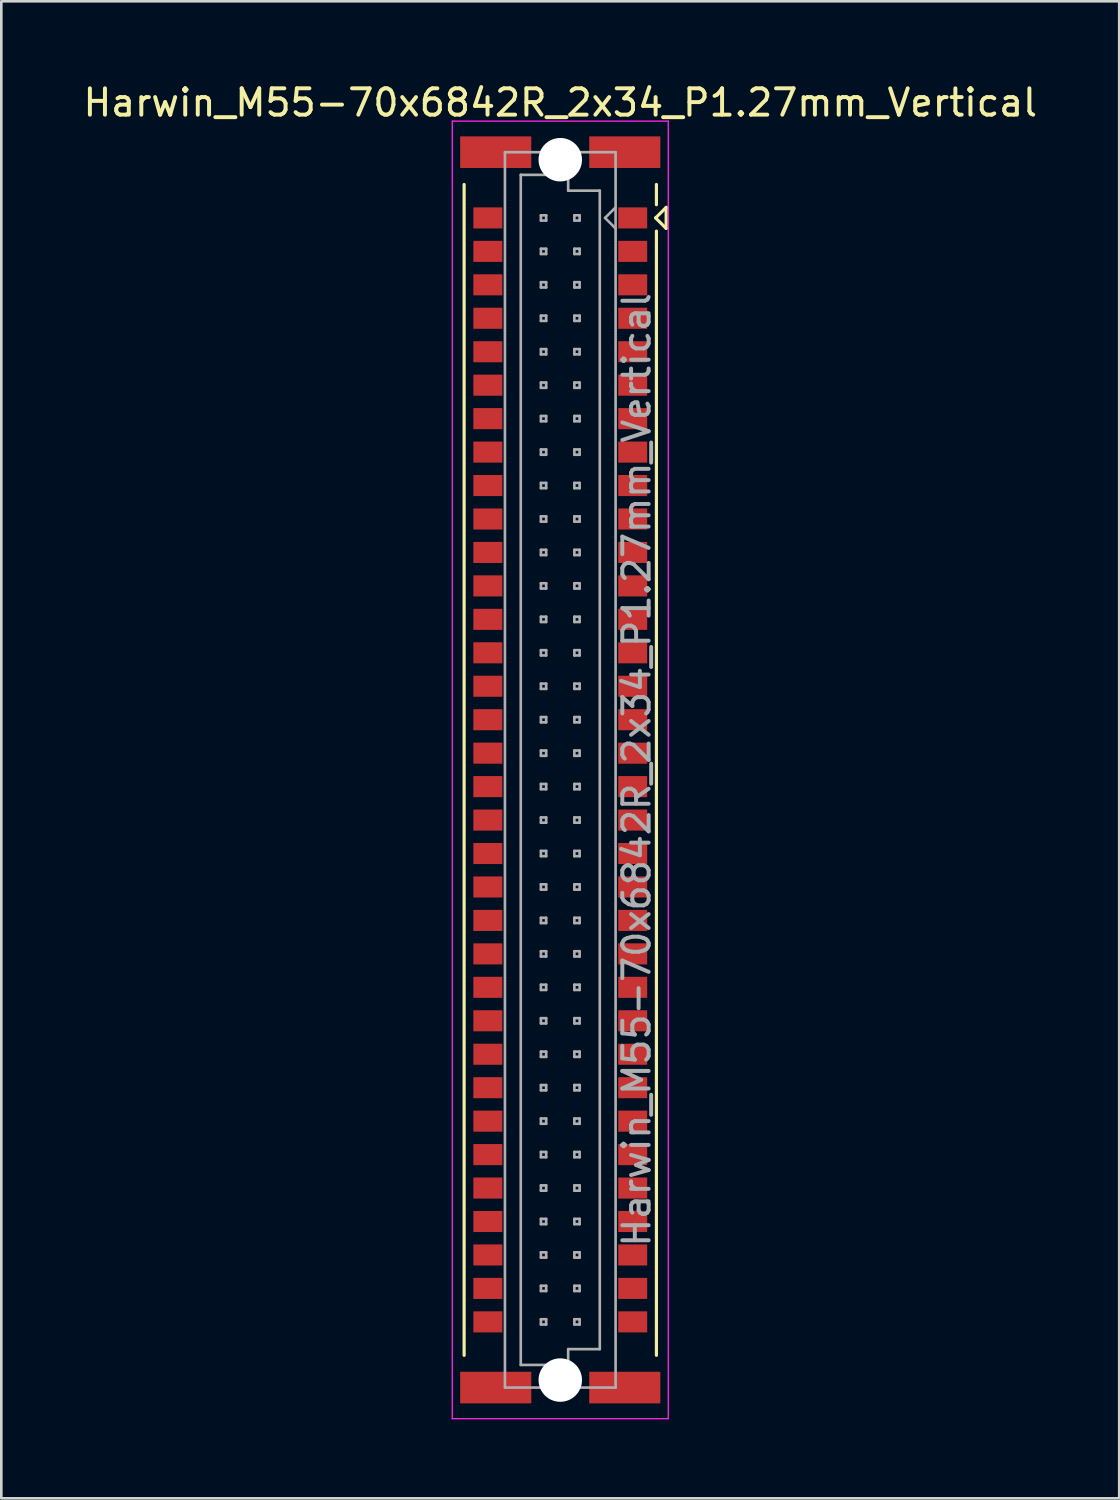
<source format=kicad_pcb>
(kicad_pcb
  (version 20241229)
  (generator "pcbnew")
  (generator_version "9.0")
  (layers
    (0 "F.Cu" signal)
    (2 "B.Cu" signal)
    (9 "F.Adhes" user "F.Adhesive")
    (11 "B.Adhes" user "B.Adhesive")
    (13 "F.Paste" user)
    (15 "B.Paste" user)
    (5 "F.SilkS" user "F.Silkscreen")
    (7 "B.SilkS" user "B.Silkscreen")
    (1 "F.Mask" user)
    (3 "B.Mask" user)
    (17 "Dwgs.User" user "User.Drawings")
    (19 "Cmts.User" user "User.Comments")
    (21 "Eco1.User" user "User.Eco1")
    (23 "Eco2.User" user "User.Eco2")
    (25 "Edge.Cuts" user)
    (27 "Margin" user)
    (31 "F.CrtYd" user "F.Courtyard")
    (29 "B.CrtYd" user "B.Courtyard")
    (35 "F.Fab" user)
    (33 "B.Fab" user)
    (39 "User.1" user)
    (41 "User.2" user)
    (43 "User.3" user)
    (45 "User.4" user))
  (footprint "Harwin_M55-70x6842R_2x34_P1.27mm_Vertical"
    (layer "F.Cu")
    (at 18.22 26.178)
    (property "Reference" "Harwin_M55-70x6842R_2x34_P1.27mm_Vertical" (at 0 -25.33 0) (layer "F.SilkS") (effects (font (size 1 1) (thickness 0.15))))
    (attr smd)
    (fp_line (start -3.65 22.225) (end -3.65 -22.225) (stroke (width 0.12) (type solid)) (layer "F.SilkS"))
    (fp_line (start 3.62 -20.955) (end 4.02 -21.355) (stroke (width 0.12) (type solid)) (layer "F.SilkS"))
    (fp_line (start 3.65 -21.455) (end 3.65 -22.225) (stroke (width 0.12) (type solid)) (layer "F.SilkS"))
    (fp_line (start 3.65 -20.455) (end 3.65 22.225) (stroke (width 0.12) (type solid)) (layer "F.SilkS"))
    (fp_line (start 4.02 -21.355) (end 4.02 -20.555) (stroke (width 0.12) (type solid)) (layer "F.SilkS"))
    (fp_line (start 4.02 -20.555) (end 3.62 -20.955) (stroke (width 0.12) (type solid)) (layer "F.SilkS"))
    (fp_line (start -4.1 -24.63) (end 4.1 -24.63) (stroke (width 0.05) (type solid)) (layer "F.CrtYd"))
    (fp_line (start -4.1 24.63) (end -4.1 -24.63) (stroke (width 0.05) (type solid)) (layer "F.CrtYd"))
    (fp_line (start 4.1 -24.63) (end 4.1 24.63) (stroke (width 0.05) (type solid)) (layer "F.CrtYd"))
    (fp_line (start 4.1 24.63) (end -4.1 24.63) (stroke (width 0.05) (type solid)) (layer "F.CrtYd"))
    (fp_line (start -2.1 -23.45) (end -2.1 23.45) (stroke (width 0.1) (type solid)) (layer "F.Fab"))
    (fp_line (start -2.1 23.45) (end 2.1 23.45) (stroke (width 0.1) (type solid)) (layer "F.Fab"))
    (fp_line (start -1.5 -22.59) (end -1.5 22.59) (stroke (width 0.1) (type solid)) (layer "F.Fab"))
    (fp_line (start -1.5 22.59) (end 0.3 22.59) (stroke (width 0.1) (type solid)) (layer "F.Fab"))
    (fp_line (start -0.735 -21.055) (end -0.735 -20.855) (stroke (width 0.1) (type solid)) (layer "F.Fab"))
    (fp_line (start -0.735 -20.855) (end -0.535 -20.855) (stroke (width 0.1) (type solid)) (layer "F.Fab"))
    (fp_line (start -0.735 -19.785) (end -0.735 -19.585) (stroke (width 0.1) (type solid)) (layer "F.Fab"))
    (fp_line (start -0.735 -19.585) (end -0.535 -19.585) (stroke (width 0.1) (type solid)) (layer "F.Fab"))
    (fp_line (start -0.735 -18.515) (end -0.735 -18.315) (stroke (width 0.1) (type solid)) (layer "F.Fab"))
    (fp_line (start -0.735 -18.315) (end -0.535 -18.315) (stroke (width 0.1) (type solid)) (layer "F.Fab"))
    (fp_line (start -0.735 -17.245) (end -0.735 -17.045) (stroke (width 0.1) (type solid)) (layer "F.Fab"))
    (fp_line (start -0.735 -17.045) (end -0.535 -17.045) (stroke (width 0.1) (type solid)) (layer "F.Fab"))
    (fp_line (start -0.735 -15.975) (end -0.735 -15.775) (stroke (width 0.1) (type solid)) (layer "F.Fab"))
    (fp_line (start -0.735 -15.775) (end -0.535 -15.775) (stroke (width 0.1) (type solid)) (layer "F.Fab"))
    (fp_line (start -0.735 -14.705) (end -0.735 -14.505) (stroke (width 0.1) (type solid)) (layer "F.Fab"))
    (fp_line (start -0.735 -14.505) (end -0.535 -14.505) (stroke (width 0.1) (type solid)) (layer "F.Fab"))
    (fp_line (start -0.735 -13.435) (end -0.735 -13.235) (stroke (width 0.1) (type solid)) (layer "F.Fab"))
    (fp_line (start -0.735 -13.235) (end -0.535 -13.235) (stroke (width 0.1) (type solid)) (layer "F.Fab"))
    (fp_line (start -0.735 -12.165) (end -0.735 -11.965) (stroke (width 0.1) (type solid)) (layer "F.Fab"))
    (fp_line (start -0.735 -11.965) (end -0.535 -11.965) (stroke (width 0.1) (type solid)) (layer "F.Fab"))
    (fp_line (start -0.735 -10.895) (end -0.735 -10.695) (stroke (width 0.1) (type solid)) (layer "F.Fab"))
    (fp_line (start -0.735 -10.695) (end -0.535 -10.695) (stroke (width 0.1) (type solid)) (layer "F.Fab"))
    (fp_line (start -0.735 -9.625) (end -0.735 -9.425) (stroke (width 0.1) (type solid)) (layer "F.Fab"))
    (fp_line (start -0.735 -9.425) (end -0.535 -9.425) (stroke (width 0.1) (type solid)) (layer "F.Fab"))
    (fp_line (start -0.735 -8.355) (end -0.735 -8.155) (stroke (width 0.1) (type solid)) (layer "F.Fab"))
    (fp_line (start -0.735 -8.155) (end -0.535 -8.155) (stroke (width 0.1) (type solid)) (layer "F.Fab"))
    (fp_line (start -0.735 -7.085) (end -0.735 -6.885) (stroke (width 0.1) (type solid)) (layer "F.Fab"))
    (fp_line (start -0.735 -6.885) (end -0.535 -6.885) (stroke (width 0.1) (type solid)) (layer "F.Fab"))
    (fp_line (start -0.735 -5.815) (end -0.735 -5.615) (stroke (width 0.1) (type solid)) (layer "F.Fab"))
    (fp_line (start -0.735 -5.615) (end -0.535 -5.615) (stroke (width 0.1) (type solid)) (layer "F.Fab"))
    (fp_line (start -0.735 -4.545) (end -0.735 -4.345) (stroke (width 0.1) (type solid)) (layer "F.Fab"))
    (fp_line (start -0.735 -4.345) (end -0.535 -4.345) (stroke (width 0.1) (type solid)) (layer "F.Fab"))
    (fp_line (start -0.735 -3.275) (end -0.735 -3.075) (stroke (width 0.1) (type solid)) (layer "F.Fab"))
    (fp_line (start -0.735 -3.075) (end -0.535 -3.075) (stroke (width 0.1) (type solid)) (layer "F.Fab"))
    (fp_line (start -0.735 -2.005) (end -0.735 -1.805) (stroke (width 0.1) (type solid)) (layer "F.Fab"))
    (fp_line (start -0.735 -1.805) (end -0.535 -1.805) (stroke (width 0.1) (type solid)) (layer "F.Fab"))
    (fp_line (start -0.735 -0.735) (end -0.735 -0.535) (stroke (width 0.1) (type solid)) (layer "F.Fab"))
    (fp_line (start -0.735 -0.535) (end -0.535 -0.535) (stroke (width 0.1) (type solid)) (layer "F.Fab"))
    (fp_line (start -0.735 0.535) (end -0.735 0.735) (stroke (width 0.1) (type solid)) (layer "F.Fab"))
    (fp_line (start -0.735 0.735) (end -0.535 0.735) (stroke (width 0.1) (type solid)) (layer "F.Fab"))
    (fp_line (start -0.735 1.805) (end -0.735 2.005) (stroke (width 0.1) (type solid)) (layer "F.Fab"))
    (fp_line (start -0.735 2.005) (end -0.535 2.005) (stroke (width 0.1) (type solid)) (layer "F.Fab"))
    (fp_line (start -0.735 3.075) (end -0.735 3.275) (stroke (width 0.1) (type solid)) (layer "F.Fab"))
    (fp_line (start -0.735 3.275) (end -0.535 3.275) (stroke (width 0.1) (type solid)) (layer "F.Fab"))
    (fp_line (start -0.735 4.345) (end -0.735 4.545) (stroke (width 0.1) (type solid)) (layer "F.Fab"))
    (fp_line (start -0.735 4.545) (end -0.535 4.545) (stroke (width 0.1) (type solid)) (layer "F.Fab"))
    (fp_line (start -0.735 5.615) (end -0.735 5.815) (stroke (width 0.1) (type solid)) (layer "F.Fab"))
    (fp_line (start -0.735 5.815) (end -0.535 5.815) (stroke (width 0.1) (type solid)) (layer "F.Fab"))
    (fp_line (start -0.735 6.885) (end -0.735 7.085) (stroke (width 0.1) (type solid)) (layer "F.Fab"))
    (fp_line (start -0.735 7.085) (end -0.535 7.085) (stroke (width 0.1) (type solid)) (layer "F.Fab"))
    (fp_line (start -0.735 8.155) (end -0.735 8.355) (stroke (width 0.1) (type solid)) (layer "F.Fab"))
    (fp_line (start -0.735 8.355) (end -0.535 8.355) (stroke (width 0.1) (type solid)) (layer "F.Fab"))
    (fp_line (start -0.735 9.425) (end -0.735 9.625) (stroke (width 0.1) (type solid)) (layer "F.Fab"))
    (fp_line (start -0.735 9.625) (end -0.535 9.625) (stroke (width 0.1) (type solid)) (layer "F.Fab"))
    (fp_line (start -0.735 10.695) (end -0.735 10.895) (stroke (width 0.1) (type solid)) (layer "F.Fab"))
    (fp_line (start -0.735 10.895) (end -0.535 10.895) (stroke (width 0.1) (type solid)) (layer "F.Fab"))
    (fp_line (start -0.735 11.965) (end -0.735 12.165) (stroke (width 0.1) (type solid)) (layer "F.Fab"))
    (fp_line (start -0.735 12.165) (end -0.535 12.165) (stroke (width 0.1) (type solid)) (layer "F.Fab"))
    (fp_line (start -0.735 13.235) (end -0.735 13.435) (stroke (width 0.1) (type solid)) (layer "F.Fab"))
    (fp_line (start -0.735 13.435) (end -0.535 13.435) (stroke (width 0.1) (type solid)) (layer "F.Fab"))
    (fp_line (start -0.735 14.505) (end -0.735 14.705) (stroke (width 0.1) (type solid)) (layer "F.Fab"))
    (fp_line (start -0.735 14.705) (end -0.535 14.705) (stroke (width 0.1) (type solid)) (layer "F.Fab"))
    (fp_line (start -0.735 15.775) (end -0.735 15.975) (stroke (width 0.1) (type solid)) (layer "F.Fab"))
    (fp_line (start -0.735 15.975) (end -0.535 15.975) (stroke (width 0.1) (type solid)) (layer "F.Fab"))
    (fp_line (start -0.735 17.045) (end -0.735 17.245) (stroke (width 0.1) (type solid)) (layer "F.Fab"))
    (fp_line (start -0.735 17.245) (end -0.535 17.245) (stroke (width 0.1) (type solid)) (layer "F.Fab"))
    (fp_line (start -0.735 18.315) (end -0.735 18.515) (stroke (width 0.1) (type solid)) (layer "F.Fab"))
    (fp_line (start -0.735 18.515) (end -0.535 18.515) (stroke (width 0.1) (type solid)) (layer "F.Fab"))
    (fp_line (start -0.735 19.585) (end -0.735 19.785) (stroke (width 0.1) (type solid)) (layer "F.Fab"))
    (fp_line (start -0.735 19.785) (end -0.535 19.785) (stroke (width 0.1) (type solid)) (layer "F.Fab"))
    (fp_line (start -0.735 20.855) (end -0.735 21.055) (stroke (width 0.1) (type solid)) (layer "F.Fab"))
    (fp_line (start -0.735 21.055) (end -0.535 21.055) (stroke (width 0.1) (type solid)) (layer "F.Fab"))
    (fp_line (start -0.535 -21.055) (end -0.735 -21.055) (stroke (width 0.1) (type solid)) (layer "F.Fab"))
    (fp_line (start -0.535 -20.855) (end -0.535 -21.055) (stroke (width 0.1) (type solid)) (layer "F.Fab"))
    (fp_line (start -0.535 -19.785) (end -0.735 -19.785) (stroke (width 0.1) (type solid)) (layer "F.Fab"))
    (fp_line (start -0.535 -19.585) (end -0.535 -19.785) (stroke (width 0.1) (type solid)) (layer "F.Fab"))
    (fp_line (start -0.535 -18.515) (end -0.735 -18.515) (stroke (width 0.1) (type solid)) (layer "F.Fab"))
    (fp_line (start -0.535 -18.315) (end -0.535 -18.515) (stroke (width 0.1) (type solid)) (layer "F.Fab"))
    (fp_line (start -0.535 -17.245) (end -0.735 -17.245) (stroke (width 0.1) (type solid)) (layer "F.Fab"))
    (fp_line (start -0.535 -17.045) (end -0.535 -17.245) (stroke (width 0.1) (type solid)) (layer "F.Fab"))
    (fp_line (start -0.535 -15.975) (end -0.735 -15.975) (stroke (width 0.1) (type solid)) (layer "F.Fab"))
    (fp_line (start -0.535 -15.775) (end -0.535 -15.975) (stroke (width 0.1) (type solid)) (layer "F.Fab"))
    (fp_line (start -0.535 -14.705) (end -0.735 -14.705) (stroke (width 0.1) (type solid)) (layer "F.Fab"))
    (fp_line (start -0.535 -14.505) (end -0.535 -14.705) (stroke (width 0.1) (type solid)) (layer "F.Fab"))
    (fp_line (start -0.535 -13.435) (end -0.735 -13.435) (stroke (width 0.1) (type solid)) (layer "F.Fab"))
    (fp_line (start -0.535 -13.235) (end -0.535 -13.435) (stroke (width 0.1) (type solid)) (layer "F.Fab"))
    (fp_line (start -0.535 -12.165) (end -0.735 -12.165) (stroke (width 0.1) (type solid)) (layer "F.Fab"))
    (fp_line (start -0.535 -11.965) (end -0.535 -12.165) (stroke (width 0.1) (type solid)) (layer "F.Fab"))
    (fp_line (start -0.535 -10.895) (end -0.735 -10.895) (stroke (width 0.1) (type solid)) (layer "F.Fab"))
    (fp_line (start -0.535 -10.695) (end -0.535 -10.895) (stroke (width 0.1) (type solid)) (layer "F.Fab"))
    (fp_line (start -0.535 -9.625) (end -0.735 -9.625) (stroke (width 0.1) (type solid)) (layer "F.Fab"))
    (fp_line (start -0.535 -9.425) (end -0.535 -9.625) (stroke (width 0.1) (type solid)) (layer "F.Fab"))
    (fp_line (start -0.535 -8.355) (end -0.735 -8.355) (stroke (width 0.1) (type solid)) (layer "F.Fab"))
    (fp_line (start -0.535 -8.155) (end -0.535 -8.355) (stroke (width 0.1) (type solid)) (layer "F.Fab"))
    (fp_line (start -0.535 -7.085) (end -0.735 -7.085) (stroke (width 0.1) (type solid)) (layer "F.Fab"))
    (fp_line (start -0.535 -6.885) (end -0.535 -7.085) (stroke (width 0.1) (type solid)) (layer "F.Fab"))
    (fp_line (start -0.535 -5.815) (end -0.735 -5.815) (stroke (width 0.1) (type solid)) (layer "F.Fab"))
    (fp_line (start -0.535 -5.615) (end -0.535 -5.815) (stroke (width 0.1) (type solid)) (layer "F.Fab"))
    (fp_line (start -0.535 -4.545) (end -0.735 -4.545) (stroke (width 0.1) (type solid)) (layer "F.Fab"))
    (fp_line (start -0.535 -4.345) (end -0.535 -4.545) (stroke (width 0.1) (type solid)) (layer "F.Fab"))
    (fp_line (start -0.535 -3.275) (end -0.735 -3.275) (stroke (width 0.1) (type solid)) (layer "F.Fab"))
    (fp_line (start -0.535 -3.075) (end -0.535 -3.275) (stroke (width 0.1) (type solid)) (layer "F.Fab"))
    (fp_line (start -0.535 -2.005) (end -0.735 -2.005) (stroke (width 0.1) (type solid)) (layer "F.Fab"))
    (fp_line (start -0.535 -1.805) (end -0.535 -2.005) (stroke (width 0.1) (type solid)) (layer "F.Fab"))
    (fp_line (start -0.535 -0.735) (end -0.735 -0.735) (stroke (width 0.1) (type solid)) (layer "F.Fab"))
    (fp_line (start -0.535 -0.535) (end -0.535 -0.735) (stroke (width 0.1) (type solid)) (layer "F.Fab"))
    (fp_line (start -0.535 0.535) (end -0.735 0.535) (stroke (width 0.1) (type solid)) (layer "F.Fab"))
    (fp_line (start -0.535 0.735) (end -0.535 0.535) (stroke (width 0.1) (type solid)) (layer "F.Fab"))
    (fp_line (start -0.535 1.805) (end -0.735 1.805) (stroke (width 0.1) (type solid)) (layer "F.Fab"))
    (fp_line (start -0.535 2.005) (end -0.535 1.805) (stroke (width 0.1) (type solid)) (layer "F.Fab"))
    (fp_line (start -0.535 3.075) (end -0.735 3.075) (stroke (width 0.1) (type solid)) (layer "F.Fab"))
    (fp_line (start -0.535 3.275) (end -0.535 3.075) (stroke (width 0.1) (type solid)) (layer "F.Fab"))
    (fp_line (start -0.535 4.345) (end -0.735 4.345) (stroke (width 0.1) (type solid)) (layer "F.Fab"))
    (fp_line (start -0.535 4.545) (end -0.535 4.345) (stroke (width 0.1) (type solid)) (layer "F.Fab"))
    (fp_line (start -0.535 5.615) (end -0.735 5.615) (stroke (width 0.1) (type solid)) (layer "F.Fab"))
    (fp_line (start -0.535 5.815) (end -0.535 5.615) (stroke (width 0.1) (type solid)) (layer "F.Fab"))
    (fp_line (start -0.535 6.885) (end -0.735 6.885) (stroke (width 0.1) (type solid)) (layer "F.Fab"))
    (fp_line (start -0.535 7.085) (end -0.535 6.885) (stroke (width 0.1) (type solid)) (layer "F.Fab"))
    (fp_line (start -0.535 8.155) (end -0.735 8.155) (stroke (width 0.1) (type solid)) (layer "F.Fab"))
    (fp_line (start -0.535 8.355) (end -0.535 8.155) (stroke (width 0.1) (type solid)) (layer "F.Fab"))
    (fp_line (start -0.535 9.425) (end -0.735 9.425) (stroke (width 0.1) (type solid)) (layer "F.Fab"))
    (fp_line (start -0.535 9.625) (end -0.535 9.425) (stroke (width 0.1) (type solid)) (layer "F.Fab"))
    (fp_line (start -0.535 10.695) (end -0.735 10.695) (stroke (width 0.1) (type solid)) (layer "F.Fab"))
    (fp_line (start -0.535 10.895) (end -0.535 10.695) (stroke (width 0.1) (type solid)) (layer "F.Fab"))
    (fp_line (start -0.535 11.965) (end -0.735 11.965) (stroke (width 0.1) (type solid)) (layer "F.Fab"))
    (fp_line (start -0.535 12.165) (end -0.535 11.965) (stroke (width 0.1) (type solid)) (layer "F.Fab"))
    (fp_line (start -0.535 13.235) (end -0.735 13.235) (stroke (width 0.1) (type solid)) (layer "F.Fab"))
    (fp_line (start -0.535 13.435) (end -0.535 13.235) (stroke (width 0.1) (type solid)) (layer "F.Fab"))
    (fp_line (start -0.535 14.505) (end -0.735 14.505) (stroke (width 0.1) (type solid)) (layer "F.Fab"))
    (fp_line (start -0.535 14.705) (end -0.535 14.505) (stroke (width 0.1) (type solid)) (layer "F.Fab"))
    (fp_line (start -0.535 15.775) (end -0.735 15.775) (stroke (width 0.1) (type solid)) (layer "F.Fab"))
    (fp_line (start -0.535 15.975) (end -0.535 15.775) (stroke (width 0.1) (type solid)) (layer "F.Fab"))
    (fp_line (start -0.535 17.045) (end -0.735 17.045) (stroke (width 0.1) (type solid)) (layer "F.Fab"))
    (fp_line (start -0.535 17.245) (end -0.535 17.045) (stroke (width 0.1) (type solid)) (layer "F.Fab"))
    (fp_line (start -0.535 18.315) (end -0.735 18.315) (stroke (width 0.1) (type solid)) (layer "F.Fab"))
    (fp_line (start -0.535 18.515) (end -0.535 18.315) (stroke (width 0.1) (type solid)) (layer "F.Fab"))
    (fp_line (start -0.535 19.585) (end -0.735 19.585) (stroke (width 0.1) (type solid)) (layer "F.Fab"))
    (fp_line (start -0.535 19.785) (end -0.535 19.585) (stroke (width 0.1) (type solid)) (layer "F.Fab"))
    (fp_line (start -0.535 20.855) (end -0.735 20.855) (stroke (width 0.1) (type solid)) (layer "F.Fab"))
    (fp_line (start -0.535 21.055) (end -0.535 20.855) (stroke (width 0.1) (type solid)) (layer "F.Fab"))
    (fp_line (start 0.3 -22.59) (end -1.5 -22.59) (stroke (width 0.1) (type solid)) (layer "F.Fab"))
    (fp_line (start 0.3 -21.99) (end 0.3 -22.59) (stroke (width 0.1) (type solid)) (layer "F.Fab"))
    (fp_line (start 0.3 21.99) (end 1.5 21.99) (stroke (width 0.1) (type solid)) (layer "F.Fab"))
    (fp_line (start 0.3 22.59) (end 0.3 21.99) (stroke (width 0.1) (type solid)) (layer "F.Fab"))
    (fp_line (start 0.535 -21.055) (end 0.535 -20.855) (stroke (width 0.1) (type solid)) (layer "F.Fab"))
    (fp_line (start 0.535 -20.855) (end 0.735 -20.855) (stroke (width 0.1) (type solid)) (layer "F.Fab"))
    (fp_line (start 0.535 -19.785) (end 0.535 -19.585) (stroke (width 0.1) (type solid)) (layer "F.Fab"))
    (fp_line (start 0.535 -19.585) (end 0.735 -19.585) (stroke (width 0.1) (type solid)) (layer "F.Fab"))
    (fp_line (start 0.535 -18.515) (end 0.535 -18.315) (stroke (width 0.1) (type solid)) (layer "F.Fab"))
    (fp_line (start 0.535 -18.315) (end 0.735 -18.315) (stroke (width 0.1) (type solid)) (layer "F.Fab"))
    (fp_line (start 0.535 -17.245) (end 0.535 -17.045) (stroke (width 0.1) (type solid)) (layer "F.Fab"))
    (fp_line (start 0.535 -17.045) (end 0.735 -17.045) (stroke (width 0.1) (type solid)) (layer "F.Fab"))
    (fp_line (start 0.535 -15.975) (end 0.535 -15.775) (stroke (width 0.1) (type solid)) (layer "F.Fab"))
    (fp_line (start 0.535 -15.775) (end 0.735 -15.775) (stroke (width 0.1) (type solid)) (layer "F.Fab"))
    (fp_line (start 0.535 -14.705) (end 0.535 -14.505) (stroke (width 0.1) (type solid)) (layer "F.Fab"))
    (fp_line (start 0.535 -14.505) (end 0.735 -14.505) (stroke (width 0.1) (type solid)) (layer "F.Fab"))
    (fp_line (start 0.535 -13.435) (end 0.535 -13.235) (stroke (width 0.1) (type solid)) (layer "F.Fab"))
    (fp_line (start 0.535 -13.235) (end 0.735 -13.235) (stroke (width 0.1) (type solid)) (layer "F.Fab"))
    (fp_line (start 0.535 -12.165) (end 0.535 -11.965) (stroke (width 0.1) (type solid)) (layer "F.Fab"))
    (fp_line (start 0.535 -11.965) (end 0.735 -11.965) (stroke (width 0.1) (type solid)) (layer "F.Fab"))
    (fp_line (start 0.535 -10.895) (end 0.535 -10.695) (stroke (width 0.1) (type solid)) (layer "F.Fab"))
    (fp_line (start 0.535 -10.695) (end 0.735 -10.695) (stroke (width 0.1) (type solid)) (layer "F.Fab"))
    (fp_line (start 0.535 -9.625) (end 0.535 -9.425) (stroke (width 0.1) (type solid)) (layer "F.Fab"))
    (fp_line (start 0.535 -9.425) (end 0.735 -9.425) (stroke (width 0.1) (type solid)) (layer "F.Fab"))
    (fp_line (start 0.535 -8.355) (end 0.535 -8.155) (stroke (width 0.1) (type solid)) (layer "F.Fab"))
    (fp_line (start 0.535 -8.155) (end 0.735 -8.155) (stroke (width 0.1) (type solid)) (layer "F.Fab"))
    (fp_line (start 0.535 -7.085) (end 0.535 -6.885) (stroke (width 0.1) (type solid)) (layer "F.Fab"))
    (fp_line (start 0.535 -6.885) (end 0.735 -6.885) (stroke (width 0.1) (type solid)) (layer "F.Fab"))
    (fp_line (start 0.535 -5.815) (end 0.535 -5.615) (stroke (width 0.1) (type solid)) (layer "F.Fab"))
    (fp_line (start 0.535 -5.615) (end 0.735 -5.615) (stroke (width 0.1) (type solid)) (layer "F.Fab"))
    (fp_line (start 0.535 -4.545) (end 0.535 -4.345) (stroke (width 0.1) (type solid)) (layer "F.Fab"))
    (fp_line (start 0.535 -4.345) (end 0.735 -4.345) (stroke (width 0.1) (type solid)) (layer "F.Fab"))
    (fp_line (start 0.535 -3.275) (end 0.535 -3.075) (stroke (width 0.1) (type solid)) (layer "F.Fab"))
    (fp_line (start 0.535 -3.075) (end 0.735 -3.075) (stroke (width 0.1) (type solid)) (layer "F.Fab"))
    (fp_line (start 0.535 -2.005) (end 0.535 -1.805) (stroke (width 0.1) (type solid)) (layer "F.Fab"))
    (fp_line (start 0.535 -1.805) (end 0.735 -1.805) (stroke (width 0.1) (type solid)) (layer "F.Fab"))
    (fp_line (start 0.535 -0.735) (end 0.535 -0.535) (stroke (width 0.1) (type solid)) (layer "F.Fab"))
    (fp_line (start 0.535 -0.535) (end 0.735 -0.535) (stroke (width 0.1) (type solid)) (layer "F.Fab"))
    (fp_line (start 0.535 0.535) (end 0.535 0.735) (stroke (width 0.1) (type solid)) (layer "F.Fab"))
    (fp_line (start 0.535 0.735) (end 0.735 0.735) (stroke (width 0.1) (type solid)) (layer "F.Fab"))
    (fp_line (start 0.535 1.805) (end 0.535 2.005) (stroke (width 0.1) (type solid)) (layer "F.Fab"))
    (fp_line (start 0.535 2.005) (end 0.735 2.005) (stroke (width 0.1) (type solid)) (layer "F.Fab"))
    (fp_line (start 0.535 3.075) (end 0.535 3.275) (stroke (width 0.1) (type solid)) (layer "F.Fab"))
    (fp_line (start 0.535 3.275) (end 0.735 3.275) (stroke (width 0.1) (type solid)) (layer "F.Fab"))
    (fp_line (start 0.535 4.345) (end 0.535 4.545) (stroke (width 0.1) (type solid)) (layer "F.Fab"))
    (fp_line (start 0.535 4.545) (end 0.735 4.545) (stroke (width 0.1) (type solid)) (layer "F.Fab"))
    (fp_line (start 0.535 5.615) (end 0.535 5.815) (stroke (width 0.1) (type solid)) (layer "F.Fab"))
    (fp_line (start 0.535 5.815) (end 0.735 5.815) (stroke (width 0.1) (type solid)) (layer "F.Fab"))
    (fp_line (start 0.535 6.885) (end 0.535 7.085) (stroke (width 0.1) (type solid)) (layer "F.Fab"))
    (fp_line (start 0.535 7.085) (end 0.735 7.085) (stroke (width 0.1) (type solid)) (layer "F.Fab"))
    (fp_line (start 0.535 8.155) (end 0.535 8.355) (stroke (width 0.1) (type solid)) (layer "F.Fab"))
    (fp_line (start 0.535 8.355) (end 0.735 8.355) (stroke (width 0.1) (type solid)) (layer "F.Fab"))
    (fp_line (start 0.535 9.425) (end 0.535 9.625) (stroke (width 0.1) (type solid)) (layer "F.Fab"))
    (fp_line (start 0.535 9.625) (end 0.735 9.625) (stroke (width 0.1) (type solid)) (layer "F.Fab"))
    (fp_line (start 0.535 10.695) (end 0.535 10.895) (stroke (width 0.1) (type solid)) (layer "F.Fab"))
    (fp_line (start 0.535 10.895) (end 0.735 10.895) (stroke (width 0.1) (type solid)) (layer "F.Fab"))
    (fp_line (start 0.535 11.965) (end 0.535 12.165) (stroke (width 0.1) (type solid)) (layer "F.Fab"))
    (fp_line (start 0.535 12.165) (end 0.735 12.165) (stroke (width 0.1) (type solid)) (layer "F.Fab"))
    (fp_line (start 0.535 13.235) (end 0.535 13.435) (stroke (width 0.1) (type solid)) (layer "F.Fab"))
    (fp_line (start 0.535 13.435) (end 0.735 13.435) (stroke (width 0.1) (type solid)) (layer "F.Fab"))
    (fp_line (start 0.535 14.505) (end 0.535 14.705) (stroke (width 0.1) (type solid)) (layer "F.Fab"))
    (fp_line (start 0.535 14.705) (end 0.735 14.705) (stroke (width 0.1) (type solid)) (layer "F.Fab"))
    (fp_line (start 0.535 15.775) (end 0.535 15.975) (stroke (width 0.1) (type solid)) (layer "F.Fab"))
    (fp_line (start 0.535 15.975) (end 0.735 15.975) (stroke (width 0.1) (type solid)) (layer "F.Fab"))
    (fp_line (start 0.535 17.045) (end 0.535 17.245) (stroke (width 0.1) (type solid)) (layer "F.Fab"))
    (fp_line (start 0.535 17.245) (end 0.735 17.245) (stroke (width 0.1) (type solid)) (layer "F.Fab"))
    (fp_line (start 0.535 18.315) (end 0.535 18.515) (stroke (width 0.1) (type solid)) (layer "F.Fab"))
    (fp_line (start 0.535 18.515) (end 0.735 18.515) (stroke (width 0.1) (type solid)) (layer "F.Fab"))
    (fp_line (start 0.535 19.585) (end 0.535 19.785) (stroke (width 0.1) (type solid)) (layer "F.Fab"))
    (fp_line (start 0.535 19.785) (end 0.735 19.785) (stroke (width 0.1) (type solid)) (layer "F.Fab"))
    (fp_line (start 0.535 20.855) (end 0.535 21.055) (stroke (width 0.1) (type solid)) (layer "F.Fab"))
    (fp_line (start 0.535 21.055) (end 0.735 21.055) (stroke (width 0.1) (type solid)) (layer "F.Fab"))
    (fp_line (start 0.735 -21.055) (end 0.535 -21.055) (stroke (width 0.1) (type solid)) (layer "F.Fab"))
    (fp_line (start 0.735 -20.855) (end 0.735 -21.055) (stroke (width 0.1) (type solid)) (layer "F.Fab"))
    (fp_line (start 0.735 -19.785) (end 0.535 -19.785) (stroke (width 0.1) (type solid)) (layer "F.Fab"))
    (fp_line (start 0.735 -19.585) (end 0.735 -19.785) (stroke (width 0.1) (type solid)) (layer "F.Fab"))
    (fp_line (start 0.735 -18.515) (end 0.535 -18.515) (stroke (width 0.1) (type solid)) (layer "F.Fab"))
    (fp_line (start 0.735 -18.315) (end 0.735 -18.515) (stroke (width 0.1) (type solid)) (layer "F.Fab"))
    (fp_line (start 0.735 -17.245) (end 0.535 -17.245) (stroke (width 0.1) (type solid)) (layer "F.Fab"))
    (fp_line (start 0.735 -17.045) (end 0.735 -17.245) (stroke (width 0.1) (type solid)) (layer "F.Fab"))
    (fp_line (start 0.735 -15.975) (end 0.535 -15.975) (stroke (width 0.1) (type solid)) (layer "F.Fab"))
    (fp_line (start 0.735 -15.775) (end 0.735 -15.975) (stroke (width 0.1) (type solid)) (layer "F.Fab"))
    (fp_line (start 0.735 -14.705) (end 0.535 -14.705) (stroke (width 0.1) (type solid)) (layer "F.Fab"))
    (fp_line (start 0.735 -14.505) (end 0.735 -14.705) (stroke (width 0.1) (type solid)) (layer "F.Fab"))
    (fp_line (start 0.735 -13.435) (end 0.535 -13.435) (stroke (width 0.1) (type solid)) (layer "F.Fab"))
    (fp_line (start 0.735 -13.235) (end 0.735 -13.435) (stroke (width 0.1) (type solid)) (layer "F.Fab"))
    (fp_line (start 0.735 -12.165) (end 0.535 -12.165) (stroke (width 0.1) (type solid)) (layer "F.Fab"))
    (fp_line (start 0.735 -11.965) (end 0.735 -12.165) (stroke (width 0.1) (type solid)) (layer "F.Fab"))
    (fp_line (start 0.735 -10.895) (end 0.535 -10.895) (stroke (width 0.1) (type solid)) (layer "F.Fab"))
    (fp_line (start 0.735 -10.695) (end 0.735 -10.895) (stroke (width 0.1) (type solid)) (layer "F.Fab"))
    (fp_line (start 0.735 -9.625) (end 0.535 -9.625) (stroke (width 0.1) (type solid)) (layer "F.Fab"))
    (fp_line (start 0.735 -9.425) (end 0.735 -9.625) (stroke (width 0.1) (type solid)) (layer "F.Fab"))
    (fp_line (start 0.735 -8.355) (end 0.535 -8.355) (stroke (width 0.1) (type solid)) (layer "F.Fab"))
    (fp_line (start 0.735 -8.155) (end 0.735 -8.355) (stroke (width 0.1) (type solid)) (layer "F.Fab"))
    (fp_line (start 0.735 -7.085) (end 0.535 -7.085) (stroke (width 0.1) (type solid)) (layer "F.Fab"))
    (fp_line (start 0.735 -6.885) (end 0.735 -7.085) (stroke (width 0.1) (type solid)) (layer "F.Fab"))
    (fp_line (start 0.735 -5.815) (end 0.535 -5.815) (stroke (width 0.1) (type solid)) (layer "F.Fab"))
    (fp_line (start 0.735 -5.615) (end 0.735 -5.815) (stroke (width 0.1) (type solid)) (layer "F.Fab"))
    (fp_line (start 0.735 -4.545) (end 0.535 -4.545) (stroke (width 0.1) (type solid)) (layer "F.Fab"))
    (fp_line (start 0.735 -4.345) (end 0.735 -4.545) (stroke (width 0.1) (type solid)) (layer "F.Fab"))
    (fp_line (start 0.735 -3.275) (end 0.535 -3.275) (stroke (width 0.1) (type solid)) (layer "F.Fab"))
    (fp_line (start 0.735 -3.075) (end 0.735 -3.275) (stroke (width 0.1) (type solid)) (layer "F.Fab"))
    (fp_line (start 0.735 -2.005) (end 0.535 -2.005) (stroke (width 0.1) (type solid)) (layer "F.Fab"))
    (fp_line (start 0.735 -1.805) (end 0.735 -2.005) (stroke (width 0.1) (type solid)) (layer "F.Fab"))
    (fp_line (start 0.735 -0.735) (end 0.535 -0.735) (stroke (width 0.1) (type solid)) (layer "F.Fab"))
    (fp_line (start 0.735 -0.535) (end 0.735 -0.735) (stroke (width 0.1) (type solid)) (layer "F.Fab"))
    (fp_line (start 0.735 0.535) (end 0.535 0.535) (stroke (width 0.1) (type solid)) (layer "F.Fab"))
    (fp_line (start 0.735 0.735) (end 0.735 0.535) (stroke (width 0.1) (type solid)) (layer "F.Fab"))
    (fp_line (start 0.735 1.805) (end 0.535 1.805) (stroke (width 0.1) (type solid)) (layer "F.Fab"))
    (fp_line (start 0.735 2.005) (end 0.735 1.805) (stroke (width 0.1) (type solid)) (layer "F.Fab"))
    (fp_line (start 0.735 3.075) (end 0.535 3.075) (stroke (width 0.1) (type solid)) (layer "F.Fab"))
    (fp_line (start 0.735 3.275) (end 0.735 3.075) (stroke (width 0.1) (type solid)) (layer "F.Fab"))
    (fp_line (start 0.735 4.345) (end 0.535 4.345) (stroke (width 0.1) (type solid)) (layer "F.Fab"))
    (fp_line (start 0.735 4.545) (end 0.735 4.345) (stroke (width 0.1) (type solid)) (layer "F.Fab"))
    (fp_line (start 0.735 5.615) (end 0.535 5.615) (stroke (width 0.1) (type solid)) (layer "F.Fab"))
    (fp_line (start 0.735 5.815) (end 0.735 5.615) (stroke (width 0.1) (type solid)) (layer "F.Fab"))
    (fp_line (start 0.735 6.885) (end 0.535 6.885) (stroke (width 0.1) (type solid)) (layer "F.Fab"))
    (fp_line (start 0.735 7.085) (end 0.735 6.885) (stroke (width 0.1) (type solid)) (layer "F.Fab"))
    (fp_line (start 0.735 8.155) (end 0.535 8.155) (stroke (width 0.1) (type solid)) (layer "F.Fab"))
    (fp_line (start 0.735 8.355) (end 0.735 8.155) (stroke (width 0.1) (type solid)) (layer "F.Fab"))
    (fp_line (start 0.735 9.425) (end 0.535 9.425) (stroke (width 0.1) (type solid)) (layer "F.Fab"))
    (fp_line (start 0.735 9.625) (end 0.735 9.425) (stroke (width 0.1) (type solid)) (layer "F.Fab"))
    (fp_line (start 0.735 10.695) (end 0.535 10.695) (stroke (width 0.1) (type solid)) (layer "F.Fab"))
    (fp_line (start 0.735 10.895) (end 0.735 10.695) (stroke (width 0.1) (type solid)) (layer "F.Fab"))
    (fp_line (start 0.735 11.965) (end 0.535 11.965) (stroke (width 0.1) (type solid)) (layer "F.Fab"))
    (fp_line (start 0.735 12.165) (end 0.735 11.965) (stroke (width 0.1) (type solid)) (layer "F.Fab"))
    (fp_line (start 0.735 13.235) (end 0.535 13.235) (stroke (width 0.1) (type solid)) (layer "F.Fab"))
    (fp_line (start 0.735 13.435) (end 0.735 13.235) (stroke (width 0.1) (type solid)) (layer "F.Fab"))
    (fp_line (start 0.735 14.505) (end 0.535 14.505) (stroke (width 0.1) (type solid)) (layer "F.Fab"))
    (fp_line (start 0.735 14.705) (end 0.735 14.505) (stroke (width 0.1) (type solid)) (layer "F.Fab"))
    (fp_line (start 0.735 15.775) (end 0.535 15.775) (stroke (width 0.1) (type solid)) (layer "F.Fab"))
    (fp_line (start 0.735 15.975) (end 0.735 15.775) (stroke (width 0.1) (type solid)) (layer "F.Fab"))
    (fp_line (start 0.735 17.045) (end 0.535 17.045) (stroke (width 0.1) (type solid)) (layer "F.Fab"))
    (fp_line (start 0.735 17.245) (end 0.735 17.045) (stroke (width 0.1) (type solid)) (layer "F.Fab"))
    (fp_line (start 0.735 18.315) (end 0.535 18.315) (stroke (width 0.1) (type solid)) (layer "F.Fab"))
    (fp_line (start 0.735 18.515) (end 0.735 18.315) (stroke (width 0.1) (type solid)) (layer "F.Fab"))
    (fp_line (start 0.735 19.585) (end 0.535 19.585) (stroke (width 0.1) (type solid)) (layer "F.Fab"))
    (fp_line (start 0.735 19.785) (end 0.735 19.585) (stroke (width 0.1) (type solid)) (layer "F.Fab"))
    (fp_line (start 0.735 20.855) (end 0.535 20.855) (stroke (width 0.1) (type solid)) (layer "F.Fab"))
    (fp_line (start 0.735 21.055) (end 0.735 20.855) (stroke (width 0.1) (type solid)) (layer "F.Fab"))
    (fp_line (start 1.5 -21.99) (end 0.3 -21.99) (stroke (width 0.1) (type solid)) (layer "F.Fab"))
    (fp_line (start 1.5 21.99) (end 1.5 -21.99) (stroke (width 0.1) (type solid)) (layer "F.Fab"))
    (fp_line (start 1.7 -20.955) (end 2.1 -21.355) (stroke (width 0.1) (type solid)) (layer "F.Fab"))
    (fp_line (start 2.1 -23.45) (end -2.1 -23.45) (stroke (width 0.1) (type solid)) (layer "F.Fab"))
    (fp_line (start 2.1 -20.555) (end 1.7 -20.955) (stroke (width 0.1) (type solid)) (layer "F.Fab"))
    (fp_line (start 2.1 23.45) (end 2.1 -23.45) (stroke (width 0.1) (type solid)) (layer "F.Fab"))
    (fp_text user "${REFERENCE}" (at 2.9 0 90) (layer "F.Fab") (effects (font (size 1 1) (thickness 0.15))))
    (pad "" smd rect (at -2.45 -23.45) (size 2.7 1.2) (layers "F.Cu" "F.Mask" "F.Paste"))
    (pad "" smd rect (at -2.45 23.45) (size 2.7 1.2) (layers "F.Cu" "F.Mask" "F.Paste"))
    (pad "" np_thru_hole circle (at 0 -23.165) (size 1.65 1.65) (drill 1.65) (layers "*.Cu" "*.Mask"))
    (pad "" np_thru_hole circle (at 0 23.165) (size 1.65 1.65) (drill 1.65) (layers "*.Cu" "*.Mask"))
    (pad "" smd rect (at 2.45 -23.45) (size 2.7 1.2) (layers "F.Cu" "F.Mask" "F.Paste"))
    (pad "" smd rect (at 2.45 23.45) (size 2.7 1.2) (layers "F.Cu" "F.Mask" "F.Paste"))
    (pad "1" smd rect (at 2.75 -20.955) (size 1.1 0.8) (layers "F.Cu" "F.Mask" "F.Paste"))
    (pad "2" smd rect (at -2.75 -20.955) (size 1.1 0.8) (layers "F.Cu" "F.Mask" "F.Paste"))
    (pad "3" smd rect (at 2.75 -19.685) (size 1.1 0.8) (layers "F.Cu" "F.Mask" "F.Paste"))
    (pad "4" smd rect (at -2.75 -19.685) (size 1.1 0.8) (layers "F.Cu" "F.Mask" "F.Paste"))
    (pad "5" smd rect (at 2.75 -18.415) (size 1.1 0.8) (layers "F.Cu" "F.Mask" "F.Paste"))
    (pad "6" smd rect (at -2.75 -18.415) (size 1.1 0.8) (layers "F.Cu" "F.Mask" "F.Paste"))
    (pad "7" smd rect (at 2.75 -17.145) (size 1.1 0.8) (layers "F.Cu" "F.Mask" "F.Paste"))
    (pad "8" smd rect (at -2.75 -17.145) (size 1.1 0.8) (layers "F.Cu" "F.Mask" "F.Paste"))
    (pad "9" smd rect (at 2.75 -15.875) (size 1.1 0.8) (layers "F.Cu" "F.Mask" "F.Paste"))
    (pad "10" smd rect (at -2.75 -15.875) (size 1.1 0.8) (layers "F.Cu" "F.Mask" "F.Paste"))
    (pad "11" smd rect (at 2.75 -14.605) (size 1.1 0.8) (layers "F.Cu" "F.Mask" "F.Paste"))
    (pad "12" smd rect (at -2.75 -14.605) (size 1.1 0.8) (layers "F.Cu" "F.Mask" "F.Paste"))
    (pad "13" smd rect (at 2.75 -13.335) (size 1.1 0.8) (layers "F.Cu" "F.Mask" "F.Paste"))
    (pad "14" smd rect (at -2.75 -13.335) (size 1.1 0.8) (layers "F.Cu" "F.Mask" "F.Paste"))
    (pad "15" smd rect (at 2.75 -12.065) (size 1.1 0.8) (layers "F.Cu" "F.Mask" "F.Paste"))
    (pad "16" smd rect (at -2.75 -12.065) (size 1.1 0.8) (layers "F.Cu" "F.Mask" "F.Paste"))
    (pad "17" smd rect (at 2.75 -10.795) (size 1.1 0.8) (layers "F.Cu" "F.Mask" "F.Paste"))
    (pad "18" smd rect (at -2.75 -10.795) (size 1.1 0.8) (layers "F.Cu" "F.Mask" "F.Paste"))
    (pad "19" smd rect (at 2.75 -9.525) (size 1.1 0.8) (layers "F.Cu" "F.Mask" "F.Paste"))
    (pad "20" smd rect (at -2.75 -9.525) (size 1.1 0.8) (layers "F.Cu" "F.Mask" "F.Paste"))
    (pad "21" smd rect (at 2.75 -8.255) (size 1.1 0.8) (layers "F.Cu" "F.Mask" "F.Paste"))
    (pad "22" smd rect (at -2.75 -8.255) (size 1.1 0.8) (layers "F.Cu" "F.Mask" "F.Paste"))
    (pad "23" smd rect (at 2.75 -6.985) (size 1.1 0.8) (layers "F.Cu" "F.Mask" "F.Paste"))
    (pad "24" smd rect (at -2.75 -6.985) (size 1.1 0.8) (layers "F.Cu" "F.Mask" "F.Paste"))
    (pad "25" smd rect (at 2.75 -5.715) (size 1.1 0.8) (layers "F.Cu" "F.Mask" "F.Paste"))
    (pad "26" smd rect (at -2.75 -5.715) (size 1.1 0.8) (layers "F.Cu" "F.Mask" "F.Paste"))
    (pad "27" smd rect (at 2.75 -4.445) (size 1.1 0.8) (layers "F.Cu" "F.Mask" "F.Paste"))
    (pad "28" smd rect (at -2.75 -4.445) (size 1.1 0.8) (layers "F.Cu" "F.Mask" "F.Paste"))
    (pad "29" smd rect (at 2.75 -3.175) (size 1.1 0.8) (layers "F.Cu" "F.Mask" "F.Paste"))
    (pad "30" smd rect (at -2.75 -3.175) (size 1.1 0.8) (layers "F.Cu" "F.Mask" "F.Paste"))
    (pad "31" smd rect (at 2.75 -1.905) (size 1.1 0.8) (layers "F.Cu" "F.Mask" "F.Paste"))
    (pad "32" smd rect (at -2.75 -1.905) (size 1.1 0.8) (layers "F.Cu" "F.Mask" "F.Paste"))
    (pad "33" smd rect (at 2.75 -0.635) (size 1.1 0.8) (layers "F.Cu" "F.Mask" "F.Paste"))
    (pad "34" smd rect (at -2.75 -0.635) (size 1.1 0.8) (layers "F.Cu" "F.Mask" "F.Paste"))
    (pad "35" smd rect (at 2.75 0.635) (size 1.1 0.8) (layers "F.Cu" "F.Mask" "F.Paste"))
    (pad "36" smd rect (at -2.75 0.635) (size 1.1 0.8) (layers "F.Cu" "F.Mask" "F.Paste"))
    (pad "37" smd rect (at 2.75 1.905) (size 1.1 0.8) (layers "F.Cu" "F.Mask" "F.Paste"))
    (pad "38" smd rect (at -2.75 1.905) (size 1.1 0.8) (layers "F.Cu" "F.Mask" "F.Paste"))
    (pad "39" smd rect (at 2.75 3.175) (size 1.1 0.8) (layers "F.Cu" "F.Mask" "F.Paste"))
    (pad "40" smd rect (at -2.75 3.175) (size 1.1 0.8) (layers "F.Cu" "F.Mask" "F.Paste"))
    (pad "41" smd rect (at 2.75 4.445) (size 1.1 0.8) (layers "F.Cu" "F.Mask" "F.Paste"))
    (pad "42" smd rect (at -2.75 4.445) (size 1.1 0.8) (layers "F.Cu" "F.Mask" "F.Paste"))
    (pad "43" smd rect (at 2.75 5.715) (size 1.1 0.8) (layers "F.Cu" "F.Mask" "F.Paste"))
    (pad "44" smd rect (at -2.75 5.715) (size 1.1 0.8) (layers "F.Cu" "F.Mask" "F.Paste"))
    (pad "45" smd rect (at 2.75 6.985) (size 1.1 0.8) (layers "F.Cu" "F.Mask" "F.Paste"))
    (pad "46" smd rect (at -2.75 6.985) (size 1.1 0.8) (layers "F.Cu" "F.Mask" "F.Paste"))
    (pad "47" smd rect (at 2.75 8.255) (size 1.1 0.8) (layers "F.Cu" "F.Mask" "F.Paste"))
    (pad "48" smd rect (at -2.75 8.255) (size 1.1 0.8) (layers "F.Cu" "F.Mask" "F.Paste"))
    (pad "49" smd rect (at 2.75 9.525) (size 1.1 0.8) (layers "F.Cu" "F.Mask" "F.Paste"))
    (pad "50" smd rect (at -2.75 9.525) (size 1.1 0.8) (layers "F.Cu" "F.Mask" "F.Paste"))
    (pad "51" smd rect (at 2.75 10.795) (size 1.1 0.8) (layers "F.Cu" "F.Mask" "F.Paste"))
    (pad "52" smd rect (at -2.75 10.795) (size 1.1 0.8) (layers "F.Cu" "F.Mask" "F.Paste"))
    (pad "53" smd rect (at 2.75 12.065) (size 1.1 0.8) (layers "F.Cu" "F.Mask" "F.Paste"))
    (pad "54" smd rect (at -2.75 12.065) (size 1.1 0.8) (layers "F.Cu" "F.Mask" "F.Paste"))
    (pad "55" smd rect (at 2.75 13.335) (size 1.1 0.8) (layers "F.Cu" "F.Mask" "F.Paste"))
    (pad "56" smd rect (at -2.75 13.335) (size 1.1 0.8) (layers "F.Cu" "F.Mask" "F.Paste"))
    (pad "57" smd rect (at 2.75 14.605) (size 1.1 0.8) (layers "F.Cu" "F.Mask" "F.Paste"))
    (pad "58" smd rect (at -2.75 14.605) (size 1.1 0.8) (layers "F.Cu" "F.Mask" "F.Paste"))
    (pad "59" smd rect (at 2.75 15.875) (size 1.1 0.8) (layers "F.Cu" "F.Mask" "F.Paste"))
    (pad "60" smd rect (at -2.75 15.875) (size 1.1 0.8) (layers "F.Cu" "F.Mask" "F.Paste"))
    (pad "61" smd rect (at 2.75 17.145) (size 1.1 0.8) (layers "F.Cu" "F.Mask" "F.Paste"))
    (pad "62" smd rect (at -2.75 17.145) (size 1.1 0.8) (layers "F.Cu" "F.Mask" "F.Paste"))
    (pad "63" smd rect (at 2.75 18.415) (size 1.1 0.8) (layers "F.Cu" "F.Mask" "F.Paste"))
    (pad "64" smd rect (at -2.75 18.415) (size 1.1 0.8) (layers "F.Cu" "F.Mask" "F.Paste"))
    (pad "65" smd rect (at 2.75 19.685) (size 1.1 0.8) (layers "F.Cu" "F.Mask" "F.Paste"))
    (pad "66" smd rect (at -2.75 19.685) (size 1.1 0.8) (layers "F.Cu" "F.Mask" "F.Paste"))
    (pad "67" smd rect (at 2.75 20.955) (size 1.1 0.8) (layers "F.Cu" "F.Mask" "F.Paste"))
    (pad "68" smd rect (at -2.75 20.955) (size 1.1 0.8) (layers "F.Cu" "F.Mask" "F.Paste")))
  (gr_rect
    (start -3 -3)
    (end 39.44 53.833)
    (stroke (width 0.1) (type default))
    (fill no)
    (layer "Edge.Cuts")))
</source>
